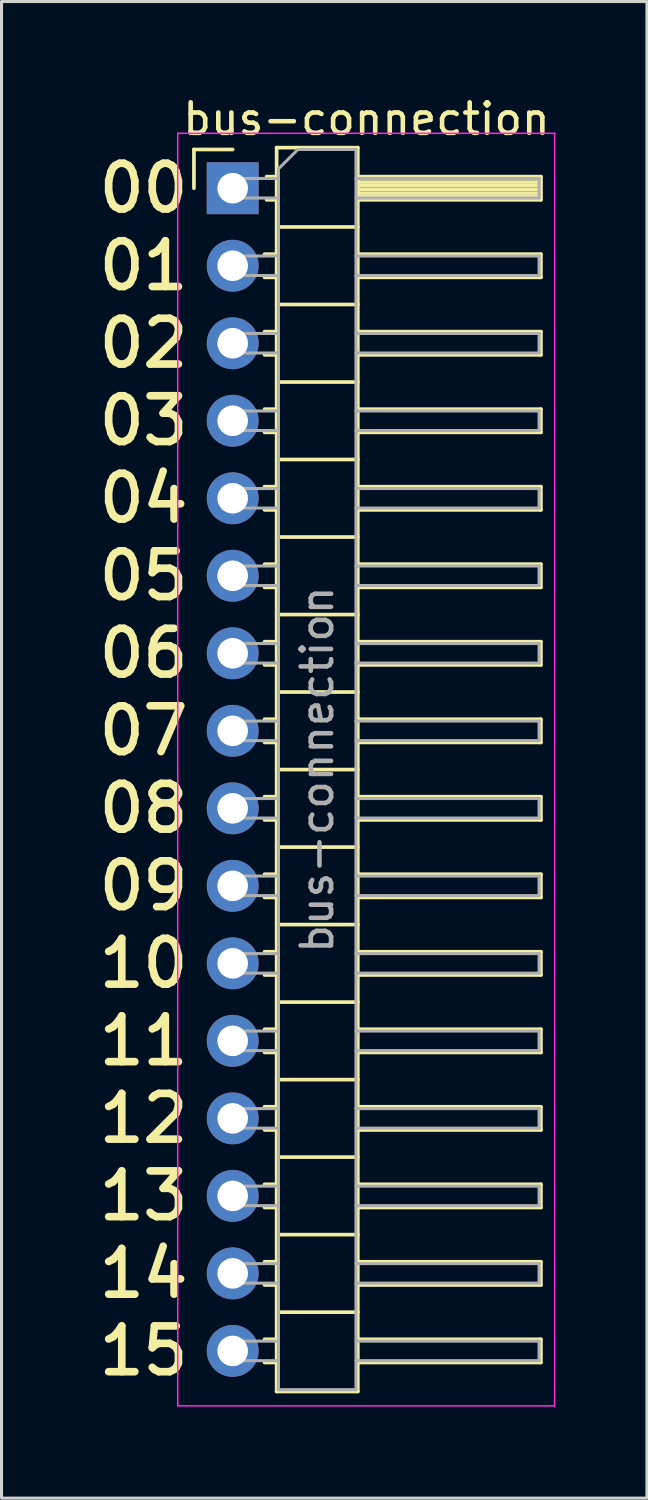
<source format=kicad_pcb>
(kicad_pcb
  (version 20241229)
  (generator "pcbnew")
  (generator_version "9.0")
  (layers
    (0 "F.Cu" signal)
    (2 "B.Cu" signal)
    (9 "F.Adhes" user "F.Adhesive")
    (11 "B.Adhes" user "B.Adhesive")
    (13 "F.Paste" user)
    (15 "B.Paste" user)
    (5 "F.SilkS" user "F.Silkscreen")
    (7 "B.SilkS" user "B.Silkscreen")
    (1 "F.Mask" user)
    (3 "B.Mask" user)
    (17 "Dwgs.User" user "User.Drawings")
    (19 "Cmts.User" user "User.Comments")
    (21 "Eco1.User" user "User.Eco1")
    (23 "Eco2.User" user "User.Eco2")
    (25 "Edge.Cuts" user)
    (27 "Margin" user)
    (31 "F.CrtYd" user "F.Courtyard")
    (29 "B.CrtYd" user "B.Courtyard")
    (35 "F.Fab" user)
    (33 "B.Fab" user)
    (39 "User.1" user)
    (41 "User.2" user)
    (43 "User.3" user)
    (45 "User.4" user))
  (footprint "bus-connection"
    (layer "F.Cu")
    (at 4.575 3.118)
    (property "Reference" "bus-connection" (at 4.385 -2.27 0) (layer "F.SilkS") (effects (font (size 1 1) (thickness 0.15))))
    (attr through_hole)
    (fp_line (start -1.27 -1.27) (end 0 -1.27) (stroke (width 0.12) (type solid)) (layer "F.SilkS"))
    (fp_line (start -1.27 0) (end -1.27 -1.27) (stroke (width 0.12) (type solid)) (layer "F.SilkS"))
    (fp_line (start 1.043 2.16) (end 1.44 2.16) (stroke (width 0.12) (type solid)) (layer "F.SilkS"))
    (fp_line (start 1.043 2.92) (end 1.44 2.92) (stroke (width 0.12) (type solid)) (layer "F.SilkS"))
    (fp_line (start 1.043 4.7) (end 1.44 4.7) (stroke (width 0.12) (type solid)) (layer "F.SilkS"))
    (fp_line (start 1.043 5.46) (end 1.44 5.46) (stroke (width 0.12) (type solid)) (layer "F.SilkS"))
    (fp_line (start 1.043 7.24) (end 1.44 7.24) (stroke (width 0.12) (type solid)) (layer "F.SilkS"))
    (fp_line (start 1.043 8) (end 1.44 8) (stroke (width 0.12) (type solid)) (layer "F.SilkS"))
    (fp_line (start 1.043 9.78) (end 1.44 9.78) (stroke (width 0.12) (type solid)) (layer "F.SilkS"))
    (fp_line (start 1.043 10.54) (end 1.44 10.54) (stroke (width 0.12) (type solid)) (layer "F.SilkS"))
    (fp_line (start 1.043 12.32) (end 1.44 12.32) (stroke (width 0.12) (type solid)) (layer "F.SilkS"))
    (fp_line (start 1.043 13.08) (end 1.44 13.08) (stroke (width 0.12) (type solid)) (layer "F.SilkS"))
    (fp_line (start 1.043 14.86) (end 1.44 14.86) (stroke (width 0.12) (type solid)) (layer "F.SilkS"))
    (fp_line (start 1.043 15.62) (end 1.44 15.62) (stroke (width 0.12) (type solid)) (layer "F.SilkS"))
    (fp_line (start 1.043 17.4) (end 1.44 17.4) (stroke (width 0.12) (type solid)) (layer "F.SilkS"))
    (fp_line (start 1.043 18.16) (end 1.44 18.16) (stroke (width 0.12) (type solid)) (layer "F.SilkS"))
    (fp_line (start 1.043 19.94) (end 1.44 19.94) (stroke (width 0.12) (type solid)) (layer "F.SilkS"))
    (fp_line (start 1.043 20.7) (end 1.44 20.7) (stroke (width 0.12) (type solid)) (layer "F.SilkS"))
    (fp_line (start 1.043 22.48) (end 1.44 22.48) (stroke (width 0.12) (type solid)) (layer "F.SilkS"))
    (fp_line (start 1.043 23.24) (end 1.44 23.24) (stroke (width 0.12) (type solid)) (layer "F.SilkS"))
    (fp_line (start 1.043 25.02) (end 1.44 25.02) (stroke (width 0.12) (type solid)) (layer "F.SilkS"))
    (fp_line (start 1.043 25.78) (end 1.44 25.78) (stroke (width 0.12) (type solid)) (layer "F.SilkS"))
    (fp_line (start 1.043 27.56) (end 1.44 27.56) (stroke (width 0.12) (type solid)) (layer "F.SilkS"))
    (fp_line (start 1.043 28.32) (end 1.44 28.32) (stroke (width 0.12) (type solid)) (layer "F.SilkS"))
    (fp_line (start 1.043 30.1) (end 1.44 30.1) (stroke (width 0.12) (type solid)) (layer "F.SilkS"))
    (fp_line (start 1.043 30.86) (end 1.44 30.86) (stroke (width 0.12) (type solid)) (layer "F.SilkS"))
    (fp_line (start 1.043 32.64) (end 1.44 32.64) (stroke (width 0.12) (type solid)) (layer "F.SilkS"))
    (fp_line (start 1.043 33.4) (end 1.44 33.4) (stroke (width 0.12) (type solid)) (layer "F.SilkS"))
    (fp_line (start 1.043 35.18) (end 1.44 35.18) (stroke (width 0.12) (type solid)) (layer "F.SilkS"))
    (fp_line (start 1.043 35.94) (end 1.44 35.94) (stroke (width 0.12) (type solid)) (layer "F.SilkS"))
    (fp_line (start 1.043 37.72) (end 1.44 37.72) (stroke (width 0.12) (type solid)) (layer "F.SilkS"))
    (fp_line (start 1.043 38.48) (end 1.44 38.48) (stroke (width 0.12) (type solid)) (layer "F.SilkS"))
    (fp_line (start 1.11 -0.38) (end 1.44 -0.38) (stroke (width 0.12) (type solid)) (layer "F.SilkS"))
    (fp_line (start 1.11 0.38) (end 1.44 0.38) (stroke (width 0.12) (type solid)) (layer "F.SilkS"))
    (fp_line (start 1.44 -1.33) (end 1.44 39.43) (stroke (width 0.12) (type solid)) (layer "F.SilkS"))
    (fp_line (start 1.44 1.27) (end 4.1 1.27) (stroke (width 0.12) (type solid)) (layer "F.SilkS"))
    (fp_line (start 1.44 3.81) (end 4.1 3.81) (stroke (width 0.12) (type solid)) (layer "F.SilkS"))
    (fp_line (start 1.44 6.35) (end 4.1 6.35) (stroke (width 0.12) (type solid)) (layer "F.SilkS"))
    (fp_line (start 1.44 8.89) (end 4.1 8.89) (stroke (width 0.12) (type solid)) (layer "F.SilkS"))
    (fp_line (start 1.44 11.43) (end 4.1 11.43) (stroke (width 0.12) (type solid)) (layer "F.SilkS"))
    (fp_line (start 1.44 13.97) (end 4.1 13.97) (stroke (width 0.12) (type solid)) (layer "F.SilkS"))
    (fp_line (start 1.44 16.51) (end 4.1 16.51) (stroke (width 0.12) (type solid)) (layer "F.SilkS"))
    (fp_line (start 1.44 19.05) (end 4.1 19.05) (stroke (width 0.12) (type solid)) (layer "F.SilkS"))
    (fp_line (start 1.44 21.59) (end 4.1 21.59) (stroke (width 0.12) (type solid)) (layer "F.SilkS"))
    (fp_line (start 1.44 24.13) (end 4.1 24.13) (stroke (width 0.12) (type solid)) (layer "F.SilkS"))
    (fp_line (start 1.44 26.67) (end 4.1 26.67) (stroke (width 0.12) (type solid)) (layer "F.SilkS"))
    (fp_line (start 1.44 29.21) (end 4.1 29.21) (stroke (width 0.12) (type solid)) (layer "F.SilkS"))
    (fp_line (start 1.44 31.75) (end 4.1 31.75) (stroke (width 0.12) (type solid)) (layer "F.SilkS"))
    (fp_line (start 1.44 34.29) (end 4.1 34.29) (stroke (width 0.12) (type solid)) (layer "F.SilkS"))
    (fp_line (start 1.44 36.83) (end 4.1 36.83) (stroke (width 0.12) (type solid)) (layer "F.SilkS"))
    (fp_line (start 1.44 39.43) (end 4.1 39.43) (stroke (width 0.12) (type solid)) (layer "F.SilkS"))
    (fp_line (start 4.1 -1.33) (end 1.44 -1.33) (stroke (width 0.12) (type solid)) (layer "F.SilkS"))
    (fp_line (start 4.1 -0.38) (end 10.1 -0.38) (stroke (width 0.12) (type solid)) (layer "F.SilkS"))
    (fp_line (start 4.1 -0.32) (end 10.1 -0.32) (stroke (width 0.12) (type solid)) (layer "F.SilkS"))
    (fp_line (start 4.1 -0.2) (end 10.1 -0.2) (stroke (width 0.12) (type solid)) (layer "F.SilkS"))
    (fp_line (start 4.1 -0.08) (end 10.1 -0.08) (stroke (width 0.12) (type solid)) (layer "F.SilkS"))
    (fp_line (start 4.1 0.04) (end 10.1 0.04) (stroke (width 0.12) (type solid)) (layer "F.SilkS"))
    (fp_line (start 4.1 0.16) (end 10.1 0.16) (stroke (width 0.12) (type solid)) (layer "F.SilkS"))
    (fp_line (start 4.1 0.28) (end 10.1 0.28) (stroke (width 0.12) (type solid)) (layer "F.SilkS"))
    (fp_line (start 4.1 2.16) (end 10.1 2.16) (stroke (width 0.12) (type solid)) (layer "F.SilkS"))
    (fp_line (start 4.1 4.7) (end 10.1 4.7) (stroke (width 0.12) (type solid)) (layer "F.SilkS"))
    (fp_line (start 4.1 7.24) (end 10.1 7.24) (stroke (width 0.12) (type solid)) (layer "F.SilkS"))
    (fp_line (start 4.1 9.78) (end 10.1 9.78) (stroke (width 0.12) (type solid)) (layer "F.SilkS"))
    (fp_line (start 4.1 12.32) (end 10.1 12.32) (stroke (width 0.12) (type solid)) (layer "F.SilkS"))
    (fp_line (start 4.1 14.86) (end 10.1 14.86) (stroke (width 0.12) (type solid)) (layer "F.SilkS"))
    (fp_line (start 4.1 17.4) (end 10.1 17.4) (stroke (width 0.12) (type solid)) (layer "F.SilkS"))
    (fp_line (start 4.1 19.94) (end 10.1 19.94) (stroke (width 0.12) (type solid)) (layer "F.SilkS"))
    (fp_line (start 4.1 22.48) (end 10.1 22.48) (stroke (width 0.12) (type solid)) (layer "F.SilkS"))
    (fp_line (start 4.1 25.02) (end 10.1 25.02) (stroke (width 0.12) (type solid)) (layer "F.SilkS"))
    (fp_line (start 4.1 27.56) (end 10.1 27.56) (stroke (width 0.12) (type solid)) (layer "F.SilkS"))
    (fp_line (start 4.1 30.1) (end 10.1 30.1) (stroke (width 0.12) (type solid)) (layer "F.SilkS"))
    (fp_line (start 4.1 32.64) (end 10.1 32.64) (stroke (width 0.12) (type solid)) (layer "F.SilkS"))
    (fp_line (start 4.1 35.18) (end 10.1 35.18) (stroke (width 0.12) (type solid)) (layer "F.SilkS"))
    (fp_line (start 4.1 37.72) (end 10.1 37.72) (stroke (width 0.12) (type solid)) (layer "F.SilkS"))
    (fp_line (start 4.1 39.43) (end 4.1 -1.33) (stroke (width 0.12) (type solid)) (layer "F.SilkS"))
    (fp_line (start 10.1 -0.38) (end 10.1 0.38) (stroke (width 0.12) (type solid)) (layer "F.SilkS"))
    (fp_line (start 10.1 0.38) (end 4.1 0.38) (stroke (width 0.12) (type solid)) (layer "F.SilkS"))
    (fp_line (start 10.1 2.16) (end 10.1 2.92) (stroke (width 0.12) (type solid)) (layer "F.SilkS"))
    (fp_line (start 10.1 2.92) (end 4.1 2.92) (stroke (width 0.12) (type solid)) (layer "F.SilkS"))
    (fp_line (start 10.1 4.7) (end 10.1 5.46) (stroke (width 0.12) (type solid)) (layer "F.SilkS"))
    (fp_line (start 10.1 5.46) (end 4.1 5.46) (stroke (width 0.12) (type solid)) (layer "F.SilkS"))
    (fp_line (start 10.1 7.24) (end 10.1 8) (stroke (width 0.12) (type solid)) (layer "F.SilkS"))
    (fp_line (start 10.1 8) (end 4.1 8) (stroke (width 0.12) (type solid)) (layer "F.SilkS"))
    (fp_line (start 10.1 9.78) (end 10.1 10.54) (stroke (width 0.12) (type solid)) (layer "F.SilkS"))
    (fp_line (start 10.1 10.54) (end 4.1 10.54) (stroke (width 0.12) (type solid)) (layer "F.SilkS"))
    (fp_line (start 10.1 12.32) (end 10.1 13.08) (stroke (width 0.12) (type solid)) (layer "F.SilkS"))
    (fp_line (start 10.1 13.08) (end 4.1 13.08) (stroke (width 0.12) (type solid)) (layer "F.SilkS"))
    (fp_line (start 10.1 14.86) (end 10.1 15.62) (stroke (width 0.12) (type solid)) (layer "F.SilkS"))
    (fp_line (start 10.1 15.62) (end 4.1 15.62) (stroke (width 0.12) (type solid)) (layer "F.SilkS"))
    (fp_line (start 10.1 17.4) (end 10.1 18.16) (stroke (width 0.12) (type solid)) (layer "F.SilkS"))
    (fp_line (start 10.1 18.16) (end 4.1 18.16) (stroke (width 0.12) (type solid)) (layer "F.SilkS"))
    (fp_line (start 10.1 19.94) (end 10.1 20.7) (stroke (width 0.12) (type solid)) (layer "F.SilkS"))
    (fp_line (start 10.1 20.7) (end 4.1 20.7) (stroke (width 0.12) (type solid)) (layer "F.SilkS"))
    (fp_line (start 10.1 22.48) (end 10.1 23.24) (stroke (width 0.12) (type solid)) (layer "F.SilkS"))
    (fp_line (start 10.1 23.24) (end 4.1 23.24) (stroke (width 0.12) (type solid)) (layer "F.SilkS"))
    (fp_line (start 10.1 25.02) (end 10.1 25.78) (stroke (width 0.12) (type solid)) (layer "F.SilkS"))
    (fp_line (start 10.1 25.78) (end 4.1 25.78) (stroke (width 0.12) (type solid)) (layer "F.SilkS"))
    (fp_line (start 10.1 27.56) (end 10.1 28.32) (stroke (width 0.12) (type solid)) (layer "F.SilkS"))
    (fp_line (start 10.1 28.32) (end 4.1 28.32) (stroke (width 0.12) (type solid)) (layer "F.SilkS"))
    (fp_line (start 10.1 30.1) (end 10.1 30.86) (stroke (width 0.12) (type solid)) (layer "F.SilkS"))
    (fp_line (start 10.1 30.86) (end 4.1 30.86) (stroke (width 0.12) (type solid)) (layer "F.SilkS"))
    (fp_line (start 10.1 32.64) (end 10.1 33.4) (stroke (width 0.12) (type solid)) (layer "F.SilkS"))
    (fp_line (start 10.1 33.4) (end 4.1 33.4) (stroke (width 0.12) (type solid)) (layer "F.SilkS"))
    (fp_line (start 10.1 35.18) (end 10.1 35.94) (stroke (width 0.12) (type solid)) (layer "F.SilkS"))
    (fp_line (start 10.1 35.94) (end 4.1 35.94) (stroke (width 0.12) (type solid)) (layer "F.SilkS"))
    (fp_line (start 10.1 37.72) (end 10.1 38.48) (stroke (width 0.12) (type solid)) (layer "F.SilkS"))
    (fp_line (start 10.1 38.48) (end 4.1 38.48) (stroke (width 0.12) (type solid)) (layer "F.SilkS"))
    (fp_line (start -1.8 -1.8) (end -1.8 39.9) (stroke (width 0.05) (type solid)) (layer "F.CrtYd"))
    (fp_line (start -1.8 39.9) (end 10.55 39.9) (stroke (width 0.05) (type solid)) (layer "F.CrtYd"))
    (fp_line (start 10.55 -1.8) (end -1.8 -1.8) (stroke (width 0.05) (type solid)) (layer "F.CrtYd"))
    (fp_line (start 10.55 39.9) (end 10.55 -1.8) (stroke (width 0.05) (type solid)) (layer "F.CrtYd"))
    (fp_line (start -0.32 -0.32) (end -0.32 0.32) (stroke (width 0.1) (type solid)) (layer "F.Fab"))
    (fp_line (start -0.32 -0.32) (end 1.5 -0.32) (stroke (width 0.1) (type solid)) (layer "F.Fab"))
    (fp_line (start -0.32 0.32) (end 1.5 0.32) (stroke (width 0.1) (type solid)) (layer "F.Fab"))
    (fp_line (start -0.32 2.22) (end -0.32 2.86) (stroke (width 0.1) (type solid)) (layer "F.Fab"))
    (fp_line (start -0.32 2.22) (end 1.5 2.22) (stroke (width 0.1) (type solid)) (layer "F.Fab"))
    (fp_line (start -0.32 2.86) (end 1.5 2.86) (stroke (width 0.1) (type solid)) (layer "F.Fab"))
    (fp_line (start -0.32 4.76) (end -0.32 5.4) (stroke (width 0.1) (type solid)) (layer "F.Fab"))
    (fp_line (start -0.32 4.76) (end 1.5 4.76) (stroke (width 0.1) (type solid)) (layer "F.Fab"))
    (fp_line (start -0.32 5.4) (end 1.5 5.4) (stroke (width 0.1) (type solid)) (layer "F.Fab"))
    (fp_line (start -0.32 7.3) (end -0.32 7.94) (stroke (width 0.1) (type solid)) (layer "F.Fab"))
    (fp_line (start -0.32 7.3) (end 1.5 7.3) (stroke (width 0.1) (type solid)) (layer "F.Fab"))
    (fp_line (start -0.32 7.94) (end 1.5 7.94) (stroke (width 0.1) (type solid)) (layer "F.Fab"))
    (fp_line (start -0.32 9.84) (end -0.32 10.48) (stroke (width 0.1) (type solid)) (layer "F.Fab"))
    (fp_line (start -0.32 9.84) (end 1.5 9.84) (stroke (width 0.1) (type solid)) (layer "F.Fab"))
    (fp_line (start -0.32 10.48) (end 1.5 10.48) (stroke (width 0.1) (type solid)) (layer "F.Fab"))
    (fp_line (start -0.32 12.38) (end -0.32 13.02) (stroke (width 0.1) (type solid)) (layer "F.Fab"))
    (fp_line (start -0.32 12.38) (end 1.5 12.38) (stroke (width 0.1) (type solid)) (layer "F.Fab"))
    (fp_line (start -0.32 13.02) (end 1.5 13.02) (stroke (width 0.1) (type solid)) (layer "F.Fab"))
    (fp_line (start -0.32 14.92) (end -0.32 15.56) (stroke (width 0.1) (type solid)) (layer "F.Fab"))
    (fp_line (start -0.32 14.92) (end 1.5 14.92) (stroke (width 0.1) (type solid)) (layer "F.Fab"))
    (fp_line (start -0.32 15.56) (end 1.5 15.56) (stroke (width 0.1) (type solid)) (layer "F.Fab"))
    (fp_line (start -0.32 17.46) (end -0.32 18.1) (stroke (width 0.1) (type solid)) (layer "F.Fab"))
    (fp_line (start -0.32 17.46) (end 1.5 17.46) (stroke (width 0.1) (type solid)) (layer "F.Fab"))
    (fp_line (start -0.32 18.1) (end 1.5 18.1) (stroke (width 0.1) (type solid)) (layer "F.Fab"))
    (fp_line (start -0.32 20) (end -0.32 20.64) (stroke (width 0.1) (type solid)) (layer "F.Fab"))
    (fp_line (start -0.32 20) (end 1.5 20) (stroke (width 0.1) (type solid)) (layer "F.Fab"))
    (fp_line (start -0.32 20.64) (end 1.5 20.64) (stroke (width 0.1) (type solid)) (layer "F.Fab"))
    (fp_line (start -0.32 22.54) (end -0.32 23.18) (stroke (width 0.1) (type solid)) (layer "F.Fab"))
    (fp_line (start -0.32 22.54) (end 1.5 22.54) (stroke (width 0.1) (type solid)) (layer "F.Fab"))
    (fp_line (start -0.32 23.18) (end 1.5 23.18) (stroke (width 0.1) (type solid)) (layer "F.Fab"))
    (fp_line (start -0.32 25.08) (end -0.32 25.72) (stroke (width 0.1) (type solid)) (layer "F.Fab"))
    (fp_line (start -0.32 25.08) (end 1.5 25.08) (stroke (width 0.1) (type solid)) (layer "F.Fab"))
    (fp_line (start -0.32 25.72) (end 1.5 25.72) (stroke (width 0.1) (type solid)) (layer "F.Fab"))
    (fp_line (start -0.32 27.62) (end -0.32 28.26) (stroke (width 0.1) (type solid)) (layer "F.Fab"))
    (fp_line (start -0.32 27.62) (end 1.5 27.62) (stroke (width 0.1) (type solid)) (layer "F.Fab"))
    (fp_line (start -0.32 28.26) (end 1.5 28.26) (stroke (width 0.1) (type solid)) (layer "F.Fab"))
    (fp_line (start -0.32 30.16) (end -0.32 30.8) (stroke (width 0.1) (type solid)) (layer "F.Fab"))
    (fp_line (start -0.32 30.16) (end 1.5 30.16) (stroke (width 0.1) (type solid)) (layer "F.Fab"))
    (fp_line (start -0.32 30.8) (end 1.5 30.8) (stroke (width 0.1) (type solid)) (layer "F.Fab"))
    (fp_line (start -0.32 32.7) (end -0.32 33.34) (stroke (width 0.1) (type solid)) (layer "F.Fab"))
    (fp_line (start -0.32 32.7) (end 1.5 32.7) (stroke (width 0.1) (type solid)) (layer "F.Fab"))
    (fp_line (start -0.32 33.34) (end 1.5 33.34) (stroke (width 0.1) (type solid)) (layer "F.Fab"))
    (fp_line (start -0.32 35.24) (end -0.32 35.88) (stroke (width 0.1) (type solid)) (layer "F.Fab"))
    (fp_line (start -0.32 35.24) (end 1.5 35.24) (stroke (width 0.1) (type solid)) (layer "F.Fab"))
    (fp_line (start -0.32 35.88) (end 1.5 35.88) (stroke (width 0.1) (type solid)) (layer "F.Fab"))
    (fp_line (start -0.32 37.78) (end -0.32 38.42) (stroke (width 0.1) (type solid)) (layer "F.Fab"))
    (fp_line (start -0.32 37.78) (end 1.5 37.78) (stroke (width 0.1) (type solid)) (layer "F.Fab"))
    (fp_line (start -0.32 38.42) (end 1.5 38.42) (stroke (width 0.1) (type solid)) (layer "F.Fab"))
    (fp_line (start 1.5 -0.635) (end 2.135 -1.27) (stroke (width 0.1) (type solid)) (layer "F.Fab"))
    (fp_line (start 1.5 39.37) (end 1.5 -0.635) (stroke (width 0.1) (type solid)) (layer "F.Fab"))
    (fp_line (start 2.135 -1.27) (end 4.04 -1.27) (stroke (width 0.1) (type solid)) (layer "F.Fab"))
    (fp_line (start 4.04 -1.27) (end 4.04 39.37) (stroke (width 0.1) (type solid)) (layer "F.Fab"))
    (fp_line (start 4.04 -0.32) (end 10.04 -0.32) (stroke (width 0.1) (type solid)) (layer "F.Fab"))
    (fp_line (start 4.04 0.32) (end 10.04 0.32) (stroke (width 0.1) (type solid)) (layer "F.Fab"))
    (fp_line (start 4.04 2.22) (end 10.04 2.22) (stroke (width 0.1) (type solid)) (layer "F.Fab"))
    (fp_line (start 4.04 2.86) (end 10.04 2.86) (stroke (width 0.1) (type solid)) (layer "F.Fab"))
    (fp_line (start 4.04 4.76) (end 10.04 4.76) (stroke (width 0.1) (type solid)) (layer "F.Fab"))
    (fp_line (start 4.04 5.4) (end 10.04 5.4) (stroke (width 0.1) (type solid)) (layer "F.Fab"))
    (fp_line (start 4.04 7.3) (end 10.04 7.3) (stroke (width 0.1) (type solid)) (layer "F.Fab"))
    (fp_line (start 4.04 7.94) (end 10.04 7.94) (stroke (width 0.1) (type solid)) (layer "F.Fab"))
    (fp_line (start 4.04 9.84) (end 10.04 9.84) (stroke (width 0.1) (type solid)) (layer "F.Fab"))
    (fp_line (start 4.04 10.48) (end 10.04 10.48) (stroke (width 0.1) (type solid)) (layer "F.Fab"))
    (fp_line (start 4.04 12.38) (end 10.04 12.38) (stroke (width 0.1) (type solid)) (layer "F.Fab"))
    (fp_line (start 4.04 13.02) (end 10.04 13.02) (stroke (width 0.1) (type solid)) (layer "F.Fab"))
    (fp_line (start 4.04 14.92) (end 10.04 14.92) (stroke (width 0.1) (type solid)) (layer "F.Fab"))
    (fp_line (start 4.04 15.56) (end 10.04 15.56) (stroke (width 0.1) (type solid)) (layer "F.Fab"))
    (fp_line (start 4.04 17.46) (end 10.04 17.46) (stroke (width 0.1) (type solid)) (layer "F.Fab"))
    (fp_line (start 4.04 18.1) (end 10.04 18.1) (stroke (width 0.1) (type solid)) (layer "F.Fab"))
    (fp_line (start 4.04 20) (end 10.04 20) (stroke (width 0.1) (type solid)) (layer "F.Fab"))
    (fp_line (start 4.04 20.64) (end 10.04 20.64) (stroke (width 0.1) (type solid)) (layer "F.Fab"))
    (fp_line (start 4.04 22.54) (end 10.04 22.54) (stroke (width 0.1) (type solid)) (layer "F.Fab"))
    (fp_line (start 4.04 23.18) (end 10.04 23.18) (stroke (width 0.1) (type solid)) (layer "F.Fab"))
    (fp_line (start 4.04 25.08) (end 10.04 25.08) (stroke (width 0.1) (type solid)) (layer "F.Fab"))
    (fp_line (start 4.04 25.72) (end 10.04 25.72) (stroke (width 0.1) (type solid)) (layer "F.Fab"))
    (fp_line (start 4.04 27.62) (end 10.04 27.62) (stroke (width 0.1) (type solid)) (layer "F.Fab"))
    (fp_line (start 4.04 28.26) (end 10.04 28.26) (stroke (width 0.1) (type solid)) (layer "F.Fab"))
    (fp_line (start 4.04 30.16) (end 10.04 30.16) (stroke (width 0.1) (type solid)) (layer "F.Fab"))
    (fp_line (start 4.04 30.8) (end 10.04 30.8) (stroke (width 0.1) (type solid)) (layer "F.Fab"))
    (fp_line (start 4.04 32.7) (end 10.04 32.7) (stroke (width 0.1) (type solid)) (layer "F.Fab"))
    (fp_line (start 4.04 33.34) (end 10.04 33.34) (stroke (width 0.1) (type solid)) (layer "F.Fab"))
    (fp_line (start 4.04 35.24) (end 10.04 35.24) (stroke (width 0.1) (type solid)) (layer "F.Fab"))
    (fp_line (start 4.04 35.88) (end 10.04 35.88) (stroke (width 0.1) (type solid)) (layer "F.Fab"))
    (fp_line (start 4.04 37.78) (end 10.04 37.78) (stroke (width 0.1) (type solid)) (layer "F.Fab"))
    (fp_line (start 4.04 38.42) (end 10.04 38.42) (stroke (width 0.1) (type solid)) (layer "F.Fab"))
    (fp_line (start 4.04 39.37) (end 1.5 39.37) (stroke (width 0.1) (type solid)) (layer "F.Fab"))
    (fp_line (start 10.04 -0.32) (end 10.04 0.32) (stroke (width 0.1) (type solid)) (layer "F.Fab"))
    (fp_line (start 10.04 2.22) (end 10.04 2.86) (stroke (width 0.1) (type solid)) (layer "F.Fab"))
    (fp_line (start 10.04 4.76) (end 10.04 5.4) (stroke (width 0.1) (type solid)) (layer "F.Fab"))
    (fp_line (start 10.04 7.3) (end 10.04 7.94) (stroke (width 0.1) (type solid)) (layer "F.Fab"))
    (fp_line (start 10.04 9.84) (end 10.04 10.48) (stroke (width 0.1) (type solid)) (layer "F.Fab"))
    (fp_line (start 10.04 12.38) (end 10.04 13.02) (stroke (width 0.1) (type solid)) (layer "F.Fab"))
    (fp_line (start 10.04 14.92) (end 10.04 15.56) (stroke (width 0.1) (type solid)) (layer "F.Fab"))
    (fp_line (start 10.04 17.46) (end 10.04 18.1) (stroke (width 0.1) (type solid)) (layer "F.Fab"))
    (fp_line (start 10.04 20) (end 10.04 20.64) (stroke (width 0.1) (type solid)) (layer "F.Fab"))
    (fp_line (start 10.04 22.54) (end 10.04 23.18) (stroke (width 0.1) (type solid)) (layer "F.Fab"))
    (fp_line (start 10.04 25.08) (end 10.04 25.72) (stroke (width 0.1) (type solid)) (layer "F.Fab"))
    (fp_line (start 10.04 27.62) (end 10.04 28.26) (stroke (width 0.1) (type solid)) (layer "F.Fab"))
    (fp_line (start 10.04 30.16) (end 10.04 30.8) (stroke (width 0.1) (type solid)) (layer "F.Fab"))
    (fp_line (start 10.04 32.7) (end 10.04 33.34) (stroke (width 0.1) (type solid)) (layer "F.Fab"))
    (fp_line (start 10.04 35.24) (end 10.04 35.88) (stroke (width 0.1) (type solid)) (layer "F.Fab"))
    (fp_line (start 10.04 37.78) (end 10.04 38.42) (stroke (width 0.1) (type solid)) (layer "F.Fab"))
    (fp_text user "13" (at -2.921 33.02 0) (layer "F.SilkS") (effects (font (size 1.5 1.5) (thickness 0.25))))
    (fp_text user "12" (at -2.921 30.48 0) (layer "F.SilkS") (effects (font (size 1.5 1.5) (thickness 0.25))))
    (fp_text user "11" (at -2.921 27.94 0) (layer "F.SilkS") (effects (font (size 1.5 1.5) (thickness 0.25))))
    (fp_text user "15" (at -2.921 38.1 0) (layer "F.SilkS") (effects (font (size 1.5 1.5) (thickness 0.25))))
    (fp_text user "14" (at -2.921 35.56 0) (layer "F.SilkS") (effects (font (size 1.5 1.5) (thickness 0.25))))
    (fp_text user "01" (at -2.921 2.54 180) (layer "F.SilkS") (effects (font (size 1.5 1.5) (thickness 0.25))))
    (fp_text user "03" (at -2.921 7.62 0) (layer "F.SilkS") (effects (font (size 1.5 1.5) (thickness 0.25))))
    (fp_text user "05" (at -2.921 12.7 0) (layer "F.SilkS") (effects (font (size 1.5 1.5) (thickness 0.25))))
    (fp_text user "06" (at -2.921 15.24 0) (layer "F.SilkS") (effects (font (size 1.5 1.5) (thickness 0.25))))
    (fp_text user "09" (at -2.921 22.86 0) (layer "F.SilkS") (effects (font (size 1.5 1.5) (thickness 0.25))))
    (fp_text user "02" (at -2.921 5.08 180) (layer "F.SilkS") (effects (font (size 1.5 1.5) (thickness 0.25))))
    (fp_text user "07" (at -2.921 17.78 0) (layer "F.SilkS") (effects (font (size 1.5 1.5) (thickness 0.25))))
    (fp_text user "10" (at -2.921 25.4 0) (layer "F.SilkS") (effects (font (size 1.5 1.5) (thickness 0.25))))
    (fp_text user "08" (at -2.921 20.32 0) (layer "F.SilkS") (effects (font (size 1.5 1.5) (thickness 0.25))))
    (fp_text user "04" (at -2.921 10.16 0) (layer "F.SilkS") (effects (font (size 1.5 1.5) (thickness 0.25))))
    (fp_text user "00" (at -2.921 0 180) (layer "F.SilkS") (effects (font (size 1.5 1.5) (thickness 0.25))))
    (fp_text user "${REFERENCE}" (at 2.77 19.05 90) (layer "F.Fab") (effects (font (size 1 1) (thickness 0.15))))
    (pad "1" thru_hole rect (at 0 0) (size 1.7 1.7) (drill 1) (layers "*.Cu" "*.Mask"))
    (pad "2" thru_hole oval (at 0 2.54) (size 1.7 1.7) (drill 1) (layers "*.Cu" "*.Mask"))
    (pad "3" thru_hole oval (at 0 5.08) (size 1.7 1.7) (drill 1) (layers "*.Cu" "*.Mask"))
    (pad "4" thru_hole oval (at 0 7.62) (size 1.7 1.7) (drill 1) (layers "*.Cu" "*.Mask"))
    (pad "5" thru_hole oval (at 0 10.16) (size 1.7 1.7) (drill 1) (layers "*.Cu" "*.Mask"))
    (pad "6" thru_hole oval (at 0 12.7) (size 1.7 1.7) (drill 1) (layers "*.Cu" "*.Mask"))
    (pad "7" thru_hole oval (at 0 15.24) (size 1.7 1.7) (drill 1) (layers "*.Cu" "*.Mask"))
    (pad "8" thru_hole oval (at 0 17.78) (size 1.7 1.7) (drill 1) (layers "*.Cu" "*.Mask"))
    (pad "9" thru_hole oval (at 0 20.32) (size 1.7 1.7) (drill 1) (layers "*.Cu" "*.Mask"))
    (pad "10" thru_hole oval (at 0 22.86) (size 1.7 1.7) (drill 1) (layers "*.Cu" "*.Mask"))
    (pad "11" thru_hole oval (at 0 25.4) (size 1.7 1.7) (drill 1) (layers "*.Cu" "*.Mask"))
    (pad "12" thru_hole oval (at 0 27.94) (size 1.7 1.7) (drill 1) (layers "*.Cu" "*.Mask"))
    (pad "13" thru_hole oval (at 0 30.48) (size 1.7 1.7) (drill 1) (layers "*.Cu" "*.Mask"))
    (pad "14" thru_hole oval (at 0 33.02) (size 1.7 1.7) (drill 1) (layers "*.Cu" "*.Mask"))
    (pad "15" thru_hole oval (at 0 35.56) (size 1.7 1.7) (drill 1) (layers "*.Cu" "*.Mask"))
    (pad "16" thru_hole oval (at 0 38.1) (size 1.7 1.7) (drill 1) (layers "*.Cu" "*.Mask")))
  (gr_rect
    (start -3 -3)
    (end 18.15 46.043)
    (stroke (width 0.1) (type default))
    (fill no)
    (layer "Edge.Cuts")))
</source>
